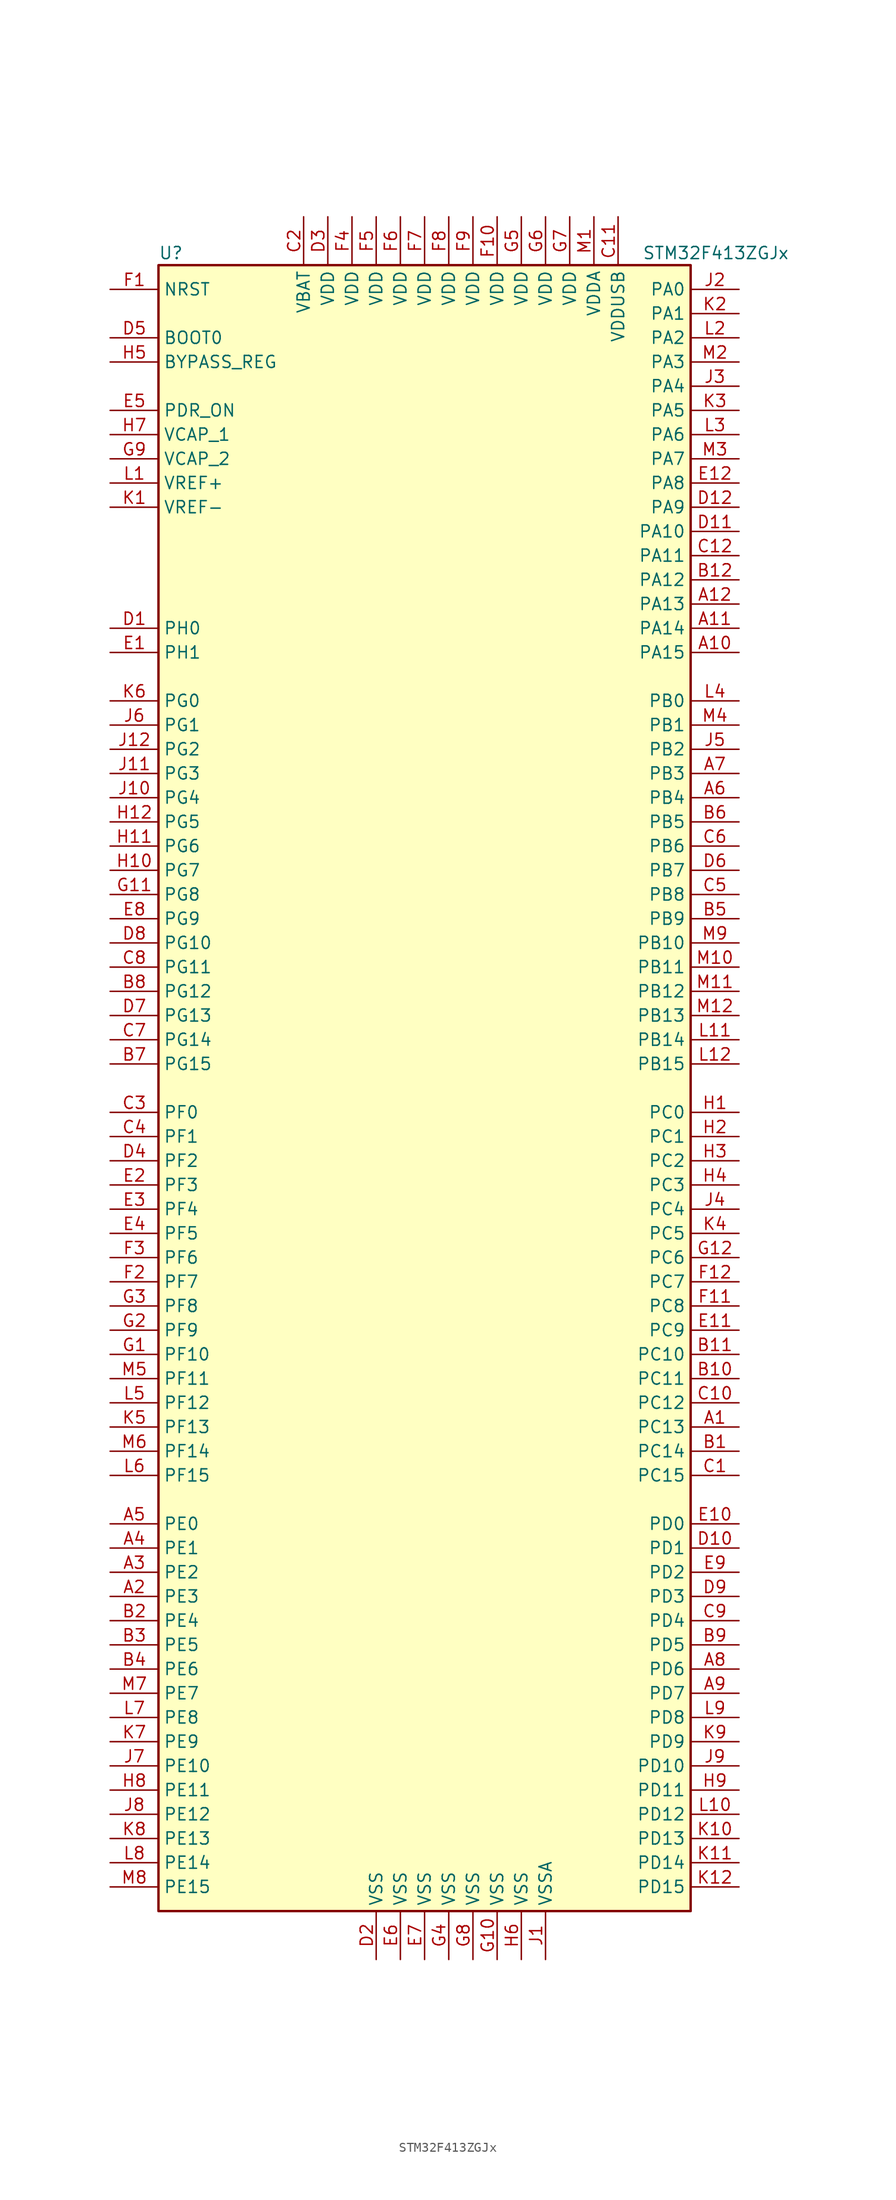
<source format=kicad_sym>
(kicad_symbol_lib
  (version 20201005)
  (generator kicad_symbol_editor)
  (symbol "STM32F413ZGJx"
    (property "Reference" "U"
      (at -27.94 87.63 0)
      (effects (font (size 1.27 1.27)) (justify left)))
    (property "Value" "STM32F413ZGJx"
      (at 22.86 87.63 0)
      (effects (font (size 1.27 1.27)) (justify left)))
    (symbol "STM32F413ZGJx_0_1"
      (rectangle (start -27.94 -86.36) (end 27.94 86.36) (stroke (width 0.254)) (fill (type background))))
    (symbol "STM32F413ZGJx_1_1"
      (pin input line (at -33.02 78.74 0) (length 5.08) (name "BOOT0" (effects (font (size 1.27 1.27)))) (number "D5" (effects (font (size 1.27 1.27)))))
      (pin input line (at -33.02 76.2 0) (length 5.08) (name "BYPASS_REG" (effects (font (size 1.27 1.27)))) (number "H5" (effects (font (size 1.27 1.27)))))
      (pin input line (at -33.02 83.82 0) (length 5.08) (name "NRST" (effects (font (size 1.27 1.27)))) (number "F1" (effects (font (size 1.27 1.27)))))
      (pin bidirectional line (at 33.02 83.82 180) (length 5.08) (name "PA0" (effects (font (size 1.27 1.27)))) (number "J2" (effects (font (size 1.27 1.27)))))
      (pin bidirectional line (at 33.02 81.28 180) (length 5.08) (name "PA1" (effects (font (size 1.27 1.27)))) (number "K2" (effects (font (size 1.27 1.27)))))
      (pin bidirectional line (at 33.02 58.42 180) (length 5.08) (name "PA10" (effects (font (size 1.27 1.27)))) (number "D11" (effects (font (size 1.27 1.27)))))
      (pin bidirectional line (at 33.02 55.88 180) (length 5.08) (name "PA11" (effects (font (size 1.27 1.27)))) (number "C12" (effects (font (size 1.27 1.27)))))
      (pin bidirectional line (at 33.02 53.34 180) (length 5.08) (name "PA12" (effects (font (size 1.27 1.27)))) (number "B12" (effects (font (size 1.27 1.27)))))
      (pin bidirectional line (at 33.02 50.8 180) (length 5.08) (name "PA13" (effects (font (size 1.27 1.27)))) (number "A12" (effects (font (size 1.27 1.27)))))
      (pin bidirectional line (at 33.02 48.26 180) (length 5.08) (name "PA14" (effects (font (size 1.27 1.27)))) (number "A11" (effects (font (size 1.27 1.27)))))
      (pin bidirectional line (at 33.02 45.72 180) (length 5.08) (name "PA15" (effects (font (size 1.27 1.27)))) (number "A10" (effects (font (size 1.27 1.27)))))
      (pin bidirectional line (at 33.02 78.74 180) (length 5.08) (name "PA2" (effects (font (size 1.27 1.27)))) (number "L2" (effects (font (size 1.27 1.27)))))
      (pin bidirectional line (at 33.02 76.2 180) (length 5.08) (name "PA3" (effects (font (size 1.27 1.27)))) (number "M2" (effects (font (size 1.27 1.27)))))
      (pin bidirectional line (at 33.02 73.66 180) (length 5.08) (name "PA4" (effects (font (size 1.27 1.27)))) (number "J3" (effects (font (size 1.27 1.27)))))
      (pin bidirectional line (at 33.02 71.12 180) (length 5.08) (name "PA5" (effects (font (size 1.27 1.27)))) (number "K3" (effects (font (size 1.27 1.27)))))
      (pin bidirectional line (at 33.02 68.58 180) (length 5.08) (name "PA6" (effects (font (size 1.27 1.27)))) (number "L3" (effects (font (size 1.27 1.27)))))
      (pin bidirectional line (at 33.02 66.04 180) (length 5.08) (name "PA7" (effects (font (size 1.27 1.27)))) (number "M3" (effects (font (size 1.27 1.27)))))
      (pin bidirectional line (at 33.02 63.5 180) (length 5.08) (name "PA8" (effects (font (size 1.27 1.27)))) (number "E12" (effects (font (size 1.27 1.27)))))
      (pin bidirectional line (at 33.02 60.96 180) (length 5.08) (name "PA9" (effects (font (size 1.27 1.27)))) (number "D12" (effects (font (size 1.27 1.27)))))
      (pin bidirectional line (at 33.02 40.64 180) (length 5.08) (name "PB0" (effects (font (size 1.27 1.27)))) (number "L4" (effects (font (size 1.27 1.27)))))
      (pin bidirectional line (at 33.02 38.1 180) (length 5.08) (name "PB1" (effects (font (size 1.27 1.27)))) (number "M4" (effects (font (size 1.27 1.27)))))
      (pin bidirectional line (at 33.02 15.24 180) (length 5.08) (name "PB10" (effects (font (size 1.27 1.27)))) (number "M9" (effects (font (size 1.27 1.27)))))
      (pin bidirectional line (at 33.02 12.7 180) (length 5.08) (name "PB11" (effects (font (size 1.27 1.27)))) (number "M10" (effects (font (size 1.27 1.27)))))
      (pin bidirectional line (at 33.02 10.16 180) (length 5.08) (name "PB12" (effects (font (size 1.27 1.27)))) (number "M11" (effects (font (size 1.27 1.27)))))
      (pin bidirectional line (at 33.02 7.62 180) (length 5.08) (name "PB13" (effects (font (size 1.27 1.27)))) (number "M12" (effects (font (size 1.27 1.27)))))
      (pin bidirectional line (at 33.02 5.08 180) (length 5.08) (name "PB14" (effects (font (size 1.27 1.27)))) (number "L11" (effects (font (size 1.27 1.27)))))
      (pin bidirectional line (at 33.02 2.54 180) (length 5.08) (name "PB15" (effects (font (size 1.27 1.27)))) (number "L12" (effects (font (size 1.27 1.27)))))
      (pin bidirectional line (at 33.02 35.56 180) (length 5.08) (name "PB2" (effects (font (size 1.27 1.27)))) (number "J5" (effects (font (size 1.27 1.27)))))
      (pin bidirectional line (at 33.02 33.02 180) (length 5.08) (name "PB3" (effects (font (size 1.27 1.27)))) (number "A7" (effects (font (size 1.27 1.27)))))
      (pin bidirectional line (at 33.02 30.48 180) (length 5.08) (name "PB4" (effects (font (size 1.27 1.27)))) (number "A6" (effects (font (size 1.27 1.27)))))
      (pin bidirectional line (at 33.02 27.94 180) (length 5.08) (name "PB5" (effects (font (size 1.27 1.27)))) (number "B6" (effects (font (size 1.27 1.27)))))
      (pin bidirectional line (at 33.02 25.4 180) (length 5.08) (name "PB6" (effects (font (size 1.27 1.27)))) (number "C6" (effects (font (size 1.27 1.27)))))
      (pin bidirectional line (at 33.02 22.86 180) (length 5.08) (name "PB7" (effects (font (size 1.27 1.27)))) (number "D6" (effects (font (size 1.27 1.27)))))
      (pin bidirectional line (at 33.02 20.32 180) (length 5.08) (name "PB8" (effects (font (size 1.27 1.27)))) (number "C5" (effects (font (size 1.27 1.27)))))
      (pin bidirectional line (at 33.02 17.78 180) (length 5.08) (name "PB9" (effects (font (size 1.27 1.27)))) (number "B5" (effects (font (size 1.27 1.27)))))
      (pin bidirectional line (at 33.02 -2.54 180) (length 5.08) (name "PC0" (effects (font (size 1.27 1.27)))) (number "H1" (effects (font (size 1.27 1.27)))))
      (pin bidirectional line (at 33.02 -5.08 180) (length 5.08) (name "PC1" (effects (font (size 1.27 1.27)))) (number "H2" (effects (font (size 1.27 1.27)))))
      (pin bidirectional line (at 33.02 -27.94 180) (length 5.08) (name "PC10" (effects (font (size 1.27 1.27)))) (number "B11" (effects (font (size 1.27 1.27)))))
      (pin bidirectional line (at 33.02 -30.48 180) (length 5.08) (name "PC11" (effects (font (size 1.27 1.27)))) (number "B10" (effects (font (size 1.27 1.27)))))
      (pin bidirectional line (at 33.02 -33.02 180) (length 5.08) (name "PC12" (effects (font (size 1.27 1.27)))) (number "C10" (effects (font (size 1.27 1.27)))))
      (pin bidirectional line (at 33.02 -35.56 180) (length 5.08) (name "PC13" (effects (font (size 1.27 1.27)))) (number "A1" (effects (font (size 1.27 1.27)))))
      (pin bidirectional line (at 33.02 -38.1 180) (length 5.08) (name "PC14" (effects (font (size 1.27 1.27)))) (number "B1" (effects (font (size 1.27 1.27)))))
      (pin bidirectional line (at 33.02 -40.64 180) (length 5.08) (name "PC15" (effects (font (size 1.27 1.27)))) (number "C1" (effects (font (size 1.27 1.27)))))
      (pin bidirectional line (at 33.02 -7.62 180) (length 5.08) (name "PC2" (effects (font (size 1.27 1.27)))) (number "H3" (effects (font (size 1.27 1.27)))))
      (pin bidirectional line (at 33.02 -10.16 180) (length 5.08) (name "PC3" (effects (font (size 1.27 1.27)))) (number "H4" (effects (font (size 1.27 1.27)))))
      (pin bidirectional line (at 33.02 -12.7 180) (length 5.08) (name "PC4" (effects (font (size 1.27 1.27)))) (number "J4" (effects (font (size 1.27 1.27)))))
      (pin bidirectional line (at 33.02 -15.24 180) (length 5.08) (name "PC5" (effects (font (size 1.27 1.27)))) (number "K4" (effects (font (size 1.27 1.27)))))
      (pin bidirectional line (at 33.02 -17.78 180) (length 5.08) (name "PC6" (effects (font (size 1.27 1.27)))) (number "G12" (effects (font (size 1.27 1.27)))))
      (pin bidirectional line (at 33.02 -20.32 180) (length 5.08) (name "PC7" (effects (font (size 1.27 1.27)))) (number "F12" (effects (font (size 1.27 1.27)))))
      (pin bidirectional line (at 33.02 -22.86 180) (length 5.08) (name "PC8" (effects (font (size 1.27 1.27)))) (number "F11" (effects (font (size 1.27 1.27)))))
      (pin bidirectional line (at 33.02 -25.4 180) (length 5.08) (name "PC9" (effects (font (size 1.27 1.27)))) (number "E11" (effects (font (size 1.27 1.27)))))
      (pin bidirectional line (at 33.02 -45.72 180) (length 5.08) (name "PD0" (effects (font (size 1.27 1.27)))) (number "E10" (effects (font (size 1.27 1.27)))))
      (pin bidirectional line (at 33.02 -48.26 180) (length 5.08) (name "PD1" (effects (font (size 1.27 1.27)))) (number "D10" (effects (font (size 1.27 1.27)))))
      (pin bidirectional line (at 33.02 -71.12 180) (length 5.08) (name "PD10" (effects (font (size 1.27 1.27)))) (number "J9" (effects (font (size 1.27 1.27)))))
      (pin bidirectional line (at 33.02 -73.66 180) (length 5.08) (name "PD11" (effects (font (size 1.27 1.27)))) (number "H9" (effects (font (size 1.27 1.27)))))
      (pin bidirectional line (at 33.02 -76.2 180) (length 5.08) (name "PD12" (effects (font (size 1.27 1.27)))) (number "L10" (effects (font (size 1.27 1.27)))))
      (pin bidirectional line (at 33.02 -78.74 180) (length 5.08) (name "PD13" (effects (font (size 1.27 1.27)))) (number "K10" (effects (font (size 1.27 1.27)))))
      (pin bidirectional line (at 33.02 -81.28 180) (length 5.08) (name "PD14" (effects (font (size 1.27 1.27)))) (number "K11" (effects (font (size 1.27 1.27)))))
      (pin bidirectional line (at 33.02 -83.82 180) (length 5.08) (name "PD15" (effects (font (size 1.27 1.27)))) (number "K12" (effects (font (size 1.27 1.27)))))
      (pin bidirectional line (at 33.02 -50.8 180) (length 5.08) (name "PD2" (effects (font (size 1.27 1.27)))) (number "E9" (effects (font (size 1.27 1.27)))))
      (pin bidirectional line (at 33.02 -53.34 180) (length 5.08) (name "PD3" (effects (font (size 1.27 1.27)))) (number "D9" (effects (font (size 1.27 1.27)))))
      (pin bidirectional line (at 33.02 -55.88 180) (length 5.08) (name "PD4" (effects (font (size 1.27 1.27)))) (number "C9" (effects (font (size 1.27 1.27)))))
      (pin bidirectional line (at 33.02 -58.42 180) (length 5.08) (name "PD5" (effects (font (size 1.27 1.27)))) (number "B9" (effects (font (size 1.27 1.27)))))
      (pin bidirectional line (at 33.02 -60.96 180) (length 5.08) (name "PD6" (effects (font (size 1.27 1.27)))) (number "A8" (effects (font (size 1.27 1.27)))))
      (pin bidirectional line (at 33.02 -63.5 180) (length 5.08) (name "PD7" (effects (font (size 1.27 1.27)))) (number "A9" (effects (font (size 1.27 1.27)))))
      (pin bidirectional line (at 33.02 -66.04 180) (length 5.08) (name "PD8" (effects (font (size 1.27 1.27)))) (number "L9" (effects (font (size 1.27 1.27)))))
      (pin bidirectional line (at 33.02 -68.58 180) (length 5.08) (name "PD9" (effects (font (size 1.27 1.27)))) (number "K9" (effects (font (size 1.27 1.27)))))
      (pin power_in line (at -33.02 71.12 0) (length 5.08) (name "PDR_ON" (effects (font (size 1.27 1.27)))) (number "E5" (effects (font (size 1.27 1.27)))))
      (pin bidirectional line (at -33.02 -45.72 0) (length 5.08) (name "PE0" (effects (font (size 1.27 1.27)))) (number "A5" (effects (font (size 1.27 1.27)))))
      (pin bidirectional line (at -33.02 -48.26 0) (length 5.08) (name "PE1" (effects (font (size 1.27 1.27)))) (number "A4" (effects (font (size 1.27 1.27)))))
      (pin bidirectional line (at -33.02 -71.12 0) (length 5.08) (name "PE10" (effects (font (size 1.27 1.27)))) (number "J7" (effects (font (size 1.27 1.27)))))
      (pin bidirectional line (at -33.02 -73.66 0) (length 5.08) (name "PE11" (effects (font (size 1.27 1.27)))) (number "H8" (effects (font (size 1.27 1.27)))))
      (pin bidirectional line (at -33.02 -76.2 0) (length 5.08) (name "PE12" (effects (font (size 1.27 1.27)))) (number "J8" (effects (font (size 1.27 1.27)))))
      (pin bidirectional line (at -33.02 -78.74 0) (length 5.08) (name "PE13" (effects (font (size 1.27 1.27)))) (number "K8" (effects (font (size 1.27 1.27)))))
      (pin bidirectional line (at -33.02 -81.28 0) (length 5.08) (name "PE14" (effects (font (size 1.27 1.27)))) (number "L8" (effects (font (size 1.27 1.27)))))
      (pin bidirectional line (at -33.02 -83.82 0) (length 5.08) (name "PE15" (effects (font (size 1.27 1.27)))) (number "M8" (effects (font (size 1.27 1.27)))))
      (pin bidirectional line (at -33.02 -50.8 0) (length 5.08) (name "PE2" (effects (font (size 1.27 1.27)))) (number "A3" (effects (font (size 1.27 1.27)))))
      (pin bidirectional line (at -33.02 -53.34 0) (length 5.08) (name "PE3" (effects (font (size 1.27 1.27)))) (number "A2" (effects (font (size 1.27 1.27)))))
      (pin bidirectional line (at -33.02 -55.88 0) (length 5.08) (name "PE4" (effects (font (size 1.27 1.27)))) (number "B2" (effects (font (size 1.27 1.27)))))
      (pin bidirectional line (at -33.02 -58.42 0) (length 5.08) (name "PE5" (effects (font (size 1.27 1.27)))) (number "B3" (effects (font (size 1.27 1.27)))))
      (pin bidirectional line (at -33.02 -60.96 0) (length 5.08) (name "PE6" (effects (font (size 1.27 1.27)))) (number "B4" (effects (font (size 1.27 1.27)))))
      (pin bidirectional line (at -33.02 -63.5 0) (length 5.08) (name "PE7" (effects (font (size 1.27 1.27)))) (number "M7" (effects (font (size 1.27 1.27)))))
      (pin bidirectional line (at -33.02 -66.04 0) (length 5.08) (name "PE8" (effects (font (size 1.27 1.27)))) (number "L7" (effects (font (size 1.27 1.27)))))
      (pin bidirectional line (at -33.02 -68.58 0) (length 5.08) (name "PE9" (effects (font (size 1.27 1.27)))) (number "K7" (effects (font (size 1.27 1.27)))))
      (pin bidirectional line (at -33.02 -2.54 0) (length 5.08) (name "PF0" (effects (font (size 1.27 1.27)))) (number "C3" (effects (font (size 1.27 1.27)))))
      (pin bidirectional line (at -33.02 -5.08 0) (length 5.08) (name "PF1" (effects (font (size 1.27 1.27)))) (number "C4" (effects (font (size 1.27 1.27)))))
      (pin bidirectional line (at -33.02 -27.94 0) (length 5.08) (name "PF10" (effects (font (size 1.27 1.27)))) (number "G1" (effects (font (size 1.27 1.27)))))
      (pin bidirectional line (at -33.02 -30.48 0) (length 5.08) (name "PF11" (effects (font (size 1.27 1.27)))) (number "M5" (effects (font (size 1.27 1.27)))))
      (pin bidirectional line (at -33.02 -33.02 0) (length 5.08) (name "PF12" (effects (font (size 1.27 1.27)))) (number "L5" (effects (font (size 1.27 1.27)))))
      (pin bidirectional line (at -33.02 -35.56 0) (length 5.08) (name "PF13" (effects (font (size 1.27 1.27)))) (number "K5" (effects (font (size 1.27 1.27)))))
      (pin bidirectional line (at -33.02 -38.1 0) (length 5.08) (name "PF14" (effects (font (size 1.27 1.27)))) (number "M6" (effects (font (size 1.27 1.27)))))
      (pin bidirectional line (at -33.02 -40.64 0) (length 5.08) (name "PF15" (effects (font (size 1.27 1.27)))) (number "L6" (effects (font (size 1.27 1.27)))))
      (pin bidirectional line (at -33.02 -7.62 0) (length 5.08) (name "PF2" (effects (font (size 1.27 1.27)))) (number "D4" (effects (font (size 1.27 1.27)))))
      (pin bidirectional line (at -33.02 -10.16 0) (length 5.08) (name "PF3" (effects (font (size 1.27 1.27)))) (number "E2" (effects (font (size 1.27 1.27)))))
      (pin bidirectional line (at -33.02 -12.7 0) (length 5.08) (name "PF4" (effects (font (size 1.27 1.27)))) (number "E3" (effects (font (size 1.27 1.27)))))
      (pin bidirectional line (at -33.02 -15.24 0) (length 5.08) (name "PF5" (effects (font (size 1.27 1.27)))) (number "E4" (effects (font (size 1.27 1.27)))))
      (pin bidirectional line (at -33.02 -17.78 0) (length 5.08) (name "PF6" (effects (font (size 1.27 1.27)))) (number "F3" (effects (font (size 1.27 1.27)))))
      (pin bidirectional line (at -33.02 -20.32 0) (length 5.08) (name "PF7" (effects (font (size 1.27 1.27)))) (number "F2" (effects (font (size 1.27 1.27)))))
      (pin bidirectional line (at -33.02 -22.86 0) (length 5.08) (name "PF8" (effects (font (size 1.27 1.27)))) (number "G3" (effects (font (size 1.27 1.27)))))
      (pin bidirectional line (at -33.02 -25.4 0) (length 5.08) (name "PF9" (effects (font (size 1.27 1.27)))) (number "G2" (effects (font (size 1.27 1.27)))))
      (pin bidirectional line (at -33.02 40.64 0) (length 5.08) (name "PG0" (effects (font (size 1.27 1.27)))) (number "K6" (effects (font (size 1.27 1.27)))))
      (pin bidirectional line (at -33.02 38.1 0) (length 5.08) (name "PG1" (effects (font (size 1.27 1.27)))) (number "J6" (effects (font (size 1.27 1.27)))))
      (pin bidirectional line (at -33.02 15.24 0) (length 5.08) (name "PG10" (effects (font (size 1.27 1.27)))) (number "D8" (effects (font (size 1.27 1.27)))))
      (pin bidirectional line (at -33.02 12.7 0) (length 5.08) (name "PG11" (effects (font (size 1.27 1.27)))) (number "C8" (effects (font (size 1.27 1.27)))))
      (pin bidirectional line (at -33.02 10.16 0) (length 5.08) (name "PG12" (effects (font (size 1.27 1.27)))) (number "B8" (effects (font (size 1.27 1.27)))))
      (pin bidirectional line (at -33.02 7.62 0) (length 5.08) (name "PG13" (effects (font (size 1.27 1.27)))) (number "D7" (effects (font (size 1.27 1.27)))))
      (pin bidirectional line (at -33.02 5.08 0) (length 5.08) (name "PG14" (effects (font (size 1.27 1.27)))) (number "C7" (effects (font (size 1.27 1.27)))))
      (pin bidirectional line (at -33.02 2.54 0) (length 5.08) (name "PG15" (effects (font (size 1.27 1.27)))) (number "B7" (effects (font (size 1.27 1.27)))))
      (pin bidirectional line (at -33.02 35.56 0) (length 5.08) (name "PG2" (effects (font (size 1.27 1.27)))) (number "J12" (effects (font (size 1.27 1.27)))))
      (pin bidirectional line (at -33.02 33.02 0) (length 5.08) (name "PG3" (effects (font (size 1.27 1.27)))) (number "J11" (effects (font (size 1.27 1.27)))))
      (pin bidirectional line (at -33.02 30.48 0) (length 5.08) (name "PG4" (effects (font (size 1.27 1.27)))) (number "J10" (effects (font (size 1.27 1.27)))))
      (pin bidirectional line (at -33.02 27.94 0) (length 5.08) (name "PG5" (effects (font (size 1.27 1.27)))) (number "H12" (effects (font (size 1.27 1.27)))))
      (pin bidirectional line (at -33.02 25.4 0) (length 5.08) (name "PG6" (effects (font (size 1.27 1.27)))) (number "H11" (effects (font (size 1.27 1.27)))))
      (pin bidirectional line (at -33.02 22.86 0) (length 5.08) (name "PG7" (effects (font (size 1.27 1.27)))) (number "H10" (effects (font (size 1.27 1.27)))))
      (pin bidirectional line (at -33.02 20.32 0) (length 5.08) (name "PG8" (effects (font (size 1.27 1.27)))) (number "G11" (effects (font (size 1.27 1.27)))))
      (pin bidirectional line (at -33.02 17.78 0) (length 5.08) (name "PG9" (effects (font (size 1.27 1.27)))) (number "E8" (effects (font (size 1.27 1.27)))))
      (pin input line (at -33.02 48.26 0) (length 5.08) (name "PH0" (effects (font (size 1.27 1.27)))) (number "D1" (effects (font (size 1.27 1.27)))))
      (pin input line (at -33.02 45.72 0) (length 5.08) (name "PH1" (effects (font (size 1.27 1.27)))) (number "E1" (effects (font (size 1.27 1.27)))))
      (pin power_in line (at -12.7 91.44 270) (length 5.08) (name "VBAT" (effects (font (size 1.27 1.27)))) (number "C2" (effects (font (size 1.27 1.27)))))
      (pin power_in line (at -33.02 68.58 0) (length 5.08) (name "VCAP_1" (effects (font (size 1.27 1.27)))) (number "H7" (effects (font (size 1.27 1.27)))))
      (pin power_in line (at -33.02 66.04 0) (length 5.08) (name "VCAP_2" (effects (font (size 1.27 1.27)))) (number "G9" (effects (font (size 1.27 1.27)))))
      (pin power_in line (at -10.16 91.44 270) (length 5.08) (name "VDD" (effects (font (size 1.27 1.27)))) (number "D3" (effects (font (size 1.27 1.27)))))
      (pin power_in line (at 7.62 91.44 270) (length 5.08) (name "VDD" (effects (font (size 1.27 1.27)))) (number "F10" (effects (font (size 1.27 1.27)))))
      (pin power_in line (at -7.62 91.44 270) (length 5.08) (name "VDD" (effects (font (size 1.27 1.27)))) (number "F4" (effects (font (size 1.27 1.27)))))
      (pin power_in line (at -5.08 91.44 270) (length 5.08) (name "VDD" (effects (font (size 1.27 1.27)))) (number "F5" (effects (font (size 1.27 1.27)))))
      (pin power_in line (at -2.54 91.44 270) (length 5.08) (name "VDD" (effects (font (size 1.27 1.27)))) (number "F6" (effects (font (size 1.27 1.27)))))
      (pin power_in line (at 0 91.44 270) (length 5.08) (name "VDD" (effects (font (size 1.27 1.27)))) (number "F7" (effects (font (size 1.27 1.27)))))
      (pin power_in line (at 2.54 91.44 270) (length 5.08) (name "VDD" (effects (font (size 1.27 1.27)))) (number "F8" (effects (font (size 1.27 1.27)))))
      (pin power_in line (at 5.08 91.44 270) (length 5.08) (name "VDD" (effects (font (size 1.27 1.27)))) (number "F9" (effects (font (size 1.27 1.27)))))
      (pin power_in line (at 10.16 91.44 270) (length 5.08) (name "VDD" (effects (font (size 1.27 1.27)))) (number "G5" (effects (font (size 1.27 1.27)))))
      (pin power_in line (at 12.7 91.44 270) (length 5.08) (name "VDD" (effects (font (size 1.27 1.27)))) (number "G6" (effects (font (size 1.27 1.27)))))
      (pin power_in line (at 15.24 91.44 270) (length 5.08) (name "VDD" (effects (font (size 1.27 1.27)))) (number "G7" (effects (font (size 1.27 1.27)))))
      (pin power_in line (at 17.78 91.44 270) (length 5.08) (name "VDDA" (effects (font (size 1.27 1.27)))) (number "M1" (effects (font (size 1.27 1.27)))))
      (pin power_in line (at 20.32 91.44 270) (length 5.08) (name "VDDUSB" (effects (font (size 1.27 1.27)))) (number "C11" (effects (font (size 1.27 1.27)))))
      (pin power_in line (at -33.02 63.5 0) (length 5.08) (name "VREF+" (effects (font (size 1.27 1.27)))) (number "L1" (effects (font (size 1.27 1.27)))))
      (pin power_in line (at -33.02 60.96 0) (length 5.08) (name "VREF-" (effects (font (size 1.27 1.27)))) (number "K1" (effects (font (size 1.27 1.27)))))
      (pin power_in line (at -5.08 -91.44 90) (length 5.08) (name "VSS" (effects (font (size 1.27 1.27)))) (number "D2" (effects (font (size 1.27 1.27)))))
      (pin power_in line (at -2.54 -91.44 90) (length 5.08) (name "VSS" (effects (font (size 1.27 1.27)))) (number "E6" (effects (font (size 1.27 1.27)))))
      (pin power_in line (at 0 -91.44 90) (length 5.08) (name "VSS" (effects (font (size 1.27 1.27)))) (number "E7" (effects (font (size 1.27 1.27)))))
      (pin power_in line (at 7.62 -91.44 90) (length 5.08) (name "VSS" (effects (font (size 1.27 1.27)))) (number "G10" (effects (font (size 1.27 1.27)))))
      (pin power_in line (at 2.54 -91.44 90) (length 5.08) (name "VSS" (effects (font (size 1.27 1.27)))) (number "G4" (effects (font (size 1.27 1.27)))))
      (pin power_in line (at 5.08 -91.44 90) (length 5.08) (name "VSS" (effects (font (size 1.27 1.27)))) (number "G8" (effects (font (size 1.27 1.27)))))
      (pin power_in line (at 10.16 -91.44 90) (length 5.08) (name "VSS" (effects (font (size 1.27 1.27)))) (number "H6" (effects (font (size 1.27 1.27)))))
      (pin power_in line (at 12.7 -91.44 90) (length 5.08) (name "VSSA" (effects (font (size 1.27 1.27)))) (number "J1" (effects (font (size 1.27 1.27))))))))
</source>
